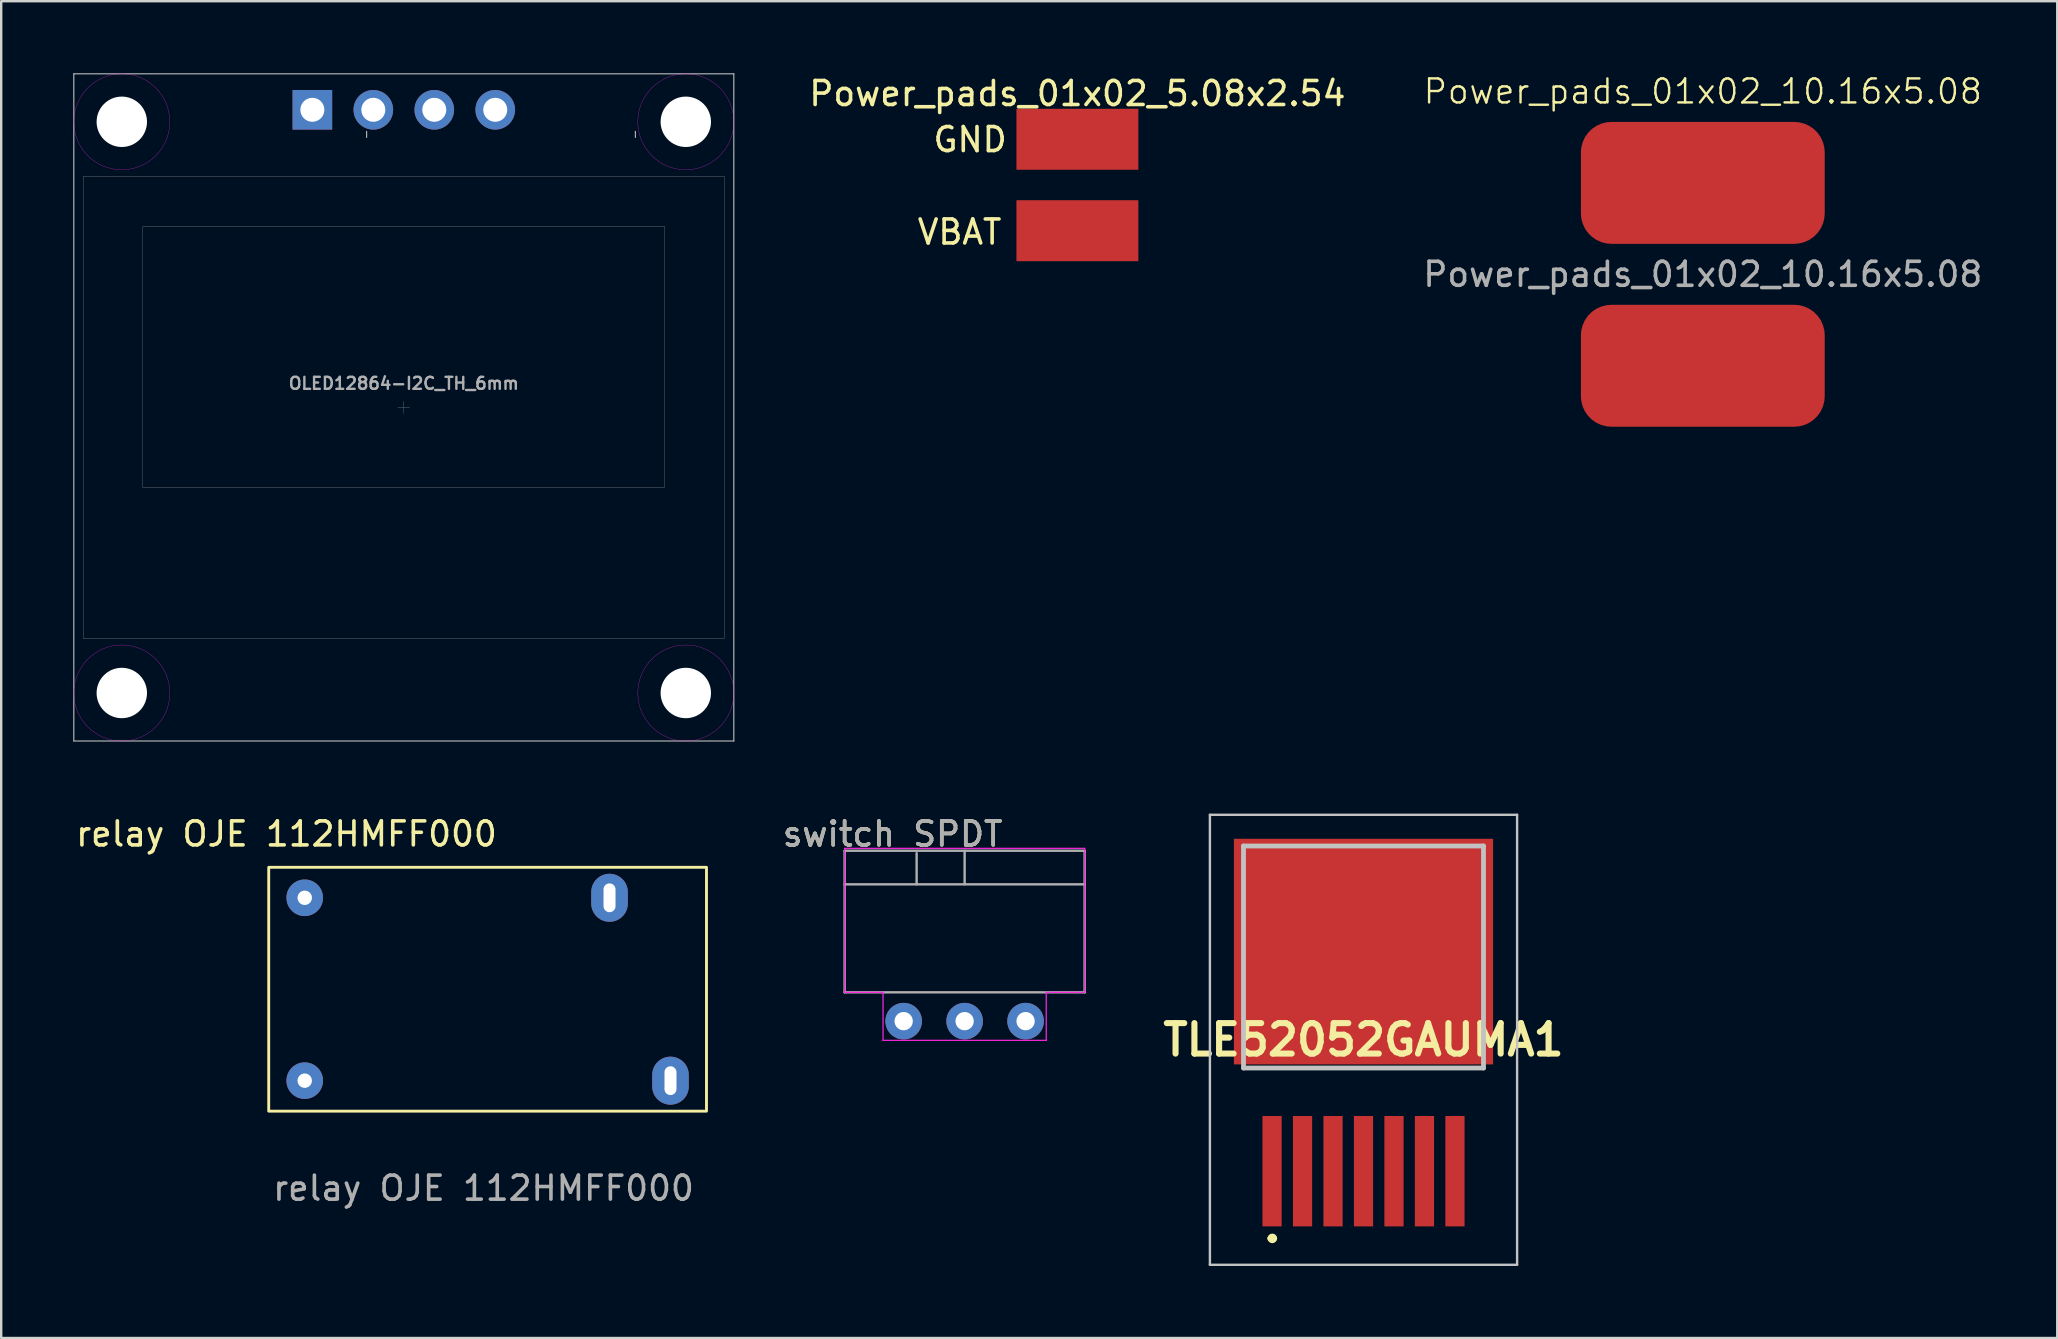
<source format=kicad_pcb>
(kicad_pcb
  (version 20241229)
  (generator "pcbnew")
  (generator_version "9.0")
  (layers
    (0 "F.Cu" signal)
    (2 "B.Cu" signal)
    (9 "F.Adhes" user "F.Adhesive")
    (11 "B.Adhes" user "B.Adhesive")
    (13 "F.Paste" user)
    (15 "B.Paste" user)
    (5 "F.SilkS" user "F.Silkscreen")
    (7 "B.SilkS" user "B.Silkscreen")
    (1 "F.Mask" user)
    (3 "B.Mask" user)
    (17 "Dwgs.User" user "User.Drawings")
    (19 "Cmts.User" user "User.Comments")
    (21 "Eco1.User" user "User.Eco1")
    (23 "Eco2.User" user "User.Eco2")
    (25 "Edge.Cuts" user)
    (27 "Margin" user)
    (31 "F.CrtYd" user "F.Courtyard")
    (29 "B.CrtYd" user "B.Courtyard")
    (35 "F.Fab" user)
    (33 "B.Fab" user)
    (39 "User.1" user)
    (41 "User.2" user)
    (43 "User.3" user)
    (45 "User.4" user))
  (footprint "Power_pads_01x02_5.08x2.54"
    (layer "F.Cu")
    (at 41.842 4.658)
    (property "Reference" "Power_pads_01x02_5.08x2.54" (at 0 -3.81 0) (layer "F.SilkS") (effects (font (size 1 1) (thickness 0.15))))
    (attr through_hole)
    (fp_text user "GND" (at -4.47 -1.89 0) (layer "F.SilkS") (effects (font (size 1 1) (thickness 0.15))))
    (fp_text user "VBAT" (at -4.91 1.96 0) (layer "F.SilkS") (effects (font (size 1 1) (thickness 0.15))))
    (pad "1" smd rect (at 0 -1.905) (size 5.08 2.54) (layers "F.Cu" "F.Mask" "F.Paste"))
    (pad "2" smd rect (at 0 1.905) (size 5.08 2.54) (layers "F.Cu" "F.Mask" "F.Paste")))
  (footprint "OLED12864-I2C_TH_6mm"
    (layer "F.Cu")
    (at 13.775 13.925)
    (property "Reference" "OLED12864-I2C_TH_6mm" (at 0 -1 0) (layer "F.Fab") (effects (font (size 0.5 0.5) (thickness 0.1))))
    (attr through_hole)
    (fp_circle (center -11.75 -11.9) (end -9.75 -11.9) (stroke (width 0.01) (type solid)) (fill no) (layer "F.CrtYd"))
    (fp_circle (center -11.75 11.9) (end -9.75 11.9) (stroke (width 0.01) (type solid)) (fill no) (layer "F.CrtYd"))
    (fp_circle (center 11.75 -11.9) (end 13.75 -11.9) (stroke (width 0.01) (type solid)) (fill no) (layer "F.CrtYd"))
    (fp_circle (center 11.75 11.9) (end 13.75 11.9) (stroke (width 0.01) (type solid)) (fill no) (layer "F.CrtYd"))
    (fp_line (start -13.75 -13.9) (end -13.75 13.9) (stroke (width 0.05) (type solid)) (layer "F.Fab"))
    (fp_line (start -13.75 -13.9) (end 13.75 -13.9) (stroke (width 0.05) (type solid)) (layer "F.Fab"))
    (fp_line (start -13.75 13.9) (end 13.75 13.9) (stroke (width 0.05) (type solid)) (layer "F.Fab"))
    (fp_line (start -13.35 -9.63) (end -13.35 9.63) (stroke (width 0.01) (type solid)) (layer "F.Fab"))
    (fp_line (start -13.35 9.63) (end 13.35 9.63) (stroke (width 0.01) (type solid)) (layer "F.Fab"))
    (fp_line (start -10.872 -7.53) (end 10.872 -7.53) (stroke (width 0.01) (type solid)) (layer "F.Fab"))
    (fp_line (start -10.872 3.334) (end -10.872 -7.53) (stroke (width 0.01) (type solid)) (layer "F.Fab"))
    (fp_line (start -1.55 -11.5) (end -1.55 -11.25) (stroke (width 0.05) (type solid)) (layer "F.Fab"))
    (fp_line (start -0.25 0) (end 0.25 0) (stroke (width 0.01) (type solid)) (layer "F.Fab"))
    (fp_line (start 0 -0.25) (end 0 0.25) (stroke (width 0.01) (type solid)) (layer "F.Fab"))
    (fp_line (start 9.65 -11.5) (end 9.65 -11.25) (stroke (width 0.05) (type solid)) (layer "F.Fab"))
    (fp_line (start 10.872 -7.53) (end 10.872 3.334) (stroke (width 0.01) (type solid)) (layer "F.Fab"))
    (fp_line (start 10.872 3.334) (end -10.872 3.334) (stroke (width 0.01) (type solid)) (layer "F.Fab"))
    (fp_line (start 13.35 -9.63) (end -13.35 -9.63) (stroke (width 0.01) (type solid)) (layer "F.Fab"))
    (fp_line (start 13.35 9.63) (end 13.35 -9.63) (stroke (width 0.01) (type solid)) (layer "F.Fab"))
    (fp_line (start 13.75 13.9) (end 13.75 -13.9) (stroke (width 0.05) (type solid)) (layer "F.Fab"))
    (pad "" np_thru_hole circle (at -11.75 -11.9) (size 2.1 2.1) (drill 2.1) (layers "*.Cu" "*.Mask"))
    (pad "" np_thru_hole circle (at -11.75 11.9 180) (size 2.1 2.1) (drill 2.1) (layers "*.Cu" "*.Mask"))
    (pad "" np_thru_hole circle (at 11.75 -11.9) (size 2.1 2.1) (drill 2.1) (layers "*.Cu" "*.Mask"))
    (pad "" np_thru_hole circle (at 11.75 11.9 180) (size 2.1 2.1) (drill 2.1) (layers "*.Cu" "*.Mask"))
    (pad "1" thru_hole rect (at -3.81 -12.4) (size 1.65 1.65) (drill 1) (layers "*.Cu" "*.Mask"))
    (pad "2" thru_hole circle (at -1.27 -12.4) (size 1.65 1.65) (drill 1) (layers "*.Cu" "*.Mask"))
    (pad "3" thru_hole circle (at 1.27 -12.4) (size 1.65 1.65) (drill 1) (layers "*.Cu" "*.Mask"))
    (pad "4" thru_hole circle (at 3.81 -12.4) (size 1.65 1.65) (drill 1) (layers "*.Cu" "*.Mask")))
  (footprint "TLE52052GAUMA1"
    (layer "F.Cu")
    (at 53.763 40.425)
    (property "Reference" "TLE52052GAUMA1" (at 0 -0.15 0) (layer "F.SilkS") (effects (font (size 1.27 1.27) (thickness 0.254))))
    (attr smd)
    (fp_line (start -5 1.025) (end 5 1.025) (stroke (width 0.1) (type solid)) (layer "F.SilkS"))
    (fp_line (start -3.9 8.125) (end -3.9 8.125) (stroke (width 0.2) (type solid)) (layer "F.SilkS"))
    (fp_line (start -3.7 8.125) (end -3.7 8.125) (stroke (width 0.2) (type solid)) (layer "F.SilkS"))
    (fp_arc (start -3.9 8.125) (mid -3.8 8.025) (end -3.7 8.125) (stroke (width 0.2) (type solid)) (layer "F.SilkS"))
    (fp_arc (start -3.7 8.125) (mid -3.8 8.225) (end -3.9 8.125) (stroke (width 0.2) (type solid)) (layer "F.SilkS"))
    (fp_line (start -6.4 -9.525) (end 6.4 -9.525) (stroke (width 0.1) (type solid)) (layer "Dwgs.User"))
    (fp_line (start -6.4 9.225) (end -6.4 -9.525) (stroke (width 0.1) (type solid)) (layer "Dwgs.User"))
    (fp_line (start -5 -8.225) (end 5 -8.225) (stroke (width 0.2) (type solid)) (layer "Dwgs.User"))
    (fp_line (start -5 1.025) (end -5 -8.225) (stroke (width 0.2) (type solid)) (layer "Dwgs.User"))
    (fp_line (start 5 -8.225) (end 5 1.025) (stroke (width 0.2) (type solid)) (layer "Dwgs.User"))
    (fp_line (start 5 1.025) (end -5 1.025) (stroke (width 0.2) (type solid)) (layer "Dwgs.User"))
    (fp_line (start 6.4 -9.525) (end 6.4 9.225) (stroke (width 0.1) (type solid)) (layer "Dwgs.User"))
    (fp_line (start 6.4 9.225) (end -6.4 9.225) (stroke (width 0.1) (type solid)) (layer "Dwgs.User"))
    (pad "1" smd rect (at -3.81 5.325) (size 0.8 4.6) (layers "F.Cu" "F.Mask" "F.Paste"))
    (pad "2" smd rect (at -2.54 5.325) (size 0.8 4.6) (layers "F.Cu" "F.Mask" "F.Paste"))
    (pad "3" smd rect (at -1.27 5.325) (size 0.8 4.6) (layers "F.Cu" "F.Mask" "F.Paste"))
    (pad "4" smd rect (at 0 5.325) (size 0.8 4.6) (layers "F.Cu" "F.Mask" "F.Paste"))
    (pad "5" smd rect (at 1.27 5.325) (size 0.8 4.6) (layers "F.Cu" "F.Mask" "F.Paste"))
    (pad "6" smd rect (at 2.54 5.325) (size 0.8 4.6) (layers "F.Cu" "F.Mask" "F.Paste"))
    (pad "7" smd rect (at 3.81 5.325) (size 0.8 4.6) (layers "F.Cu" "F.Mask" "F.Paste"))
    (pad "8" smd rect (at 0 -3.825 90) (size 9.4 10.8) (layers "F.Cu" "F.Mask" "F.Paste")))
  (footprint "relay OJE 112HMFF000"
    (layer "F.Cu")
    (at 17.267 38.168)
    (property "Reference" "relay OJE 112HMFF000" (at -8.38 -6.47 0) (unlocked yes) (layer "F.SilkS") (effects (font (size 1 1) (thickness 0.15))))
    (attr through_hole)
    (fp_rect (start -9.12 -5.08) (end 9.12 5.08) (stroke (width 0.12) (type solid)) (fill no) (layer "F.SilkS"))
    (fp_text user "${REFERENCE}" (at -0.17 8.29 0) (unlocked yes) (layer "F.Fab") (effects (font (size 1 1) (thickness 0.15))))
    (pad "1" thru_hole circle (at -7.62 -3.81) (size 1.524 1.524) (drill 0.6) (layers "*.Cu" "*.Mask"))
    (pad "2" thru_hole circle (at -7.62 3.81) (size 1.524 1.524) (drill 0.6) (layers "*.Cu" "*.Mask"))
    (pad "3" thru_hole oval (at 5.08 -3.81) (size 1.524 2) (drill oval 0.5 1.2) (layers "*.Cu" "*.Mask"))
    (pad "4" thru_hole oval (at 7.62 3.81) (size 1.524 2) (drill oval 0.5 1.2) (layers "*.Cu" "*.Mask")))
  (footprint "Power_pads_01x02_10.16x5.08"
    (layer "F.Cu")
    (at 67.901 8.38)
    (property "Reference" "Power_pads_01x02_10.16x5.08" (at 0 -7.62 0) (unlocked yes) (layer "F.SilkS") (effects (font (size 1 1) (thickness 0.1))))
    (attr smd)
    (fp_text user "${REFERENCE}" (at 0 0 0) (unlocked yes) (layer "F.Fab") (effects (font (size 1 1) (thickness 0.15))))
    (pad "1" smd roundrect (at 0 -3.81) (size 10.16 5.08) (layers "F.Cu" "F.Mask" "F.Paste") (roundrect_rratio 0.25))
    (pad "2" smd roundrect (at 0 3.81) (size 10.16 5.08) (layers "F.Cu" "F.Mask" "F.Paste") (roundrect_rratio 0.25)))
  (footprint "switch SPDT"
    (layer "F.Cu")
    (at 37.143 39.498)
    (property "Reference" "switch SPDT" (at -3 -7.8 0) (unlocked yes) (layer "F.SilkS") (effects (font (size 1 1) (thickness 0.15))))
    (attr through_hole)
    (fp_line (start -5 -7.2) (end -5 -1.2) (stroke (width 0.05) (type solid)) (layer "F.CrtYd"))
    (fp_line (start -5 -1.2) (end -3.4 -1.2) (stroke (width 0.05) (type solid)) (layer "F.CrtYd"))
    (fp_line (start -3.4 -1.2) (end -3.4 0.8) (stroke (width 0.05) (type solid)) (layer "F.CrtYd"))
    (fp_line (start -3.4 0.8) (end 3.4 0.8) (stroke (width 0.05) (type solid)) (layer "F.CrtYd"))
    (fp_line (start 3.4 -1.2) (end 5 -1.2) (stroke (width 0.05) (type solid)) (layer "F.CrtYd"))
    (fp_line (start 3.4 0.8) (end 3.4 -1.2) (stroke (width 0.05) (type solid)) (layer "F.CrtYd"))
    (fp_line (start 5 -7.2) (end -5 -7.2) (stroke (width 0.05) (type solid)) (layer "F.CrtYd"))
    (fp_line (start 5 -1.2) (end 5 -7.2) (stroke (width 0.05) (type solid)) (layer "F.CrtYd"))
    (fp_line (start -5 -5.7) (end 5 -5.7) (stroke (width 0.1) (type solid)) (layer "F.Fab"))
    (fp_line (start -5 -1.2) (end -5 -7.1) (stroke (width 0.1) (type solid)) (layer "F.Fab"))
    (fp_line (start -5 -1.2) (end 5 -1.2) (stroke (width 0.1) (type solid)) (layer "F.Fab"))
    (fp_line (start -2 -5.7) (end -2 -7) (stroke (width 0.1) (type solid)) (layer "F.Fab"))
    (fp_line (start 0 -7.1) (end 0 -5.7) (stroke (width 0.1) (type solid)) (layer "F.Fab"))
    (fp_line (start 5 -7.1) (end -5 -7.1) (stroke (width 0.1) (type solid)) (layer "F.Fab"))
    (fp_line (start 5 -7.1) (end 5 -1.2) (stroke (width 0.1) (type solid)) (layer "F.Fab"))
    (fp_text user "${REFERENCE}" (at -3 -7.8 0) (unlocked yes) (layer "F.Fab") (effects (font (size 1 1) (thickness 0.15))))
    (pad "1" thru_hole circle (at -2.54 0) (size 1.524 1.524) (drill 0.762) (layers "*.Cu" "*.Mask"))
    (pad "2" thru_hole circle (at 0 0) (size 1.524 1.524) (drill 0.762) (layers "*.Cu" "*.Mask"))
    (pad "3" thru_hole circle (at 2.54 0) (size 1.524 1.524) (drill 0.762) (layers "*.Cu" "*.Mask")))
  (gr_rect
    (start -3 -3)
    (end 82.669 52.7)
    (stroke (width 0.1) (type default))
    (fill no)
    (layer "Edge.Cuts")))
</source>
